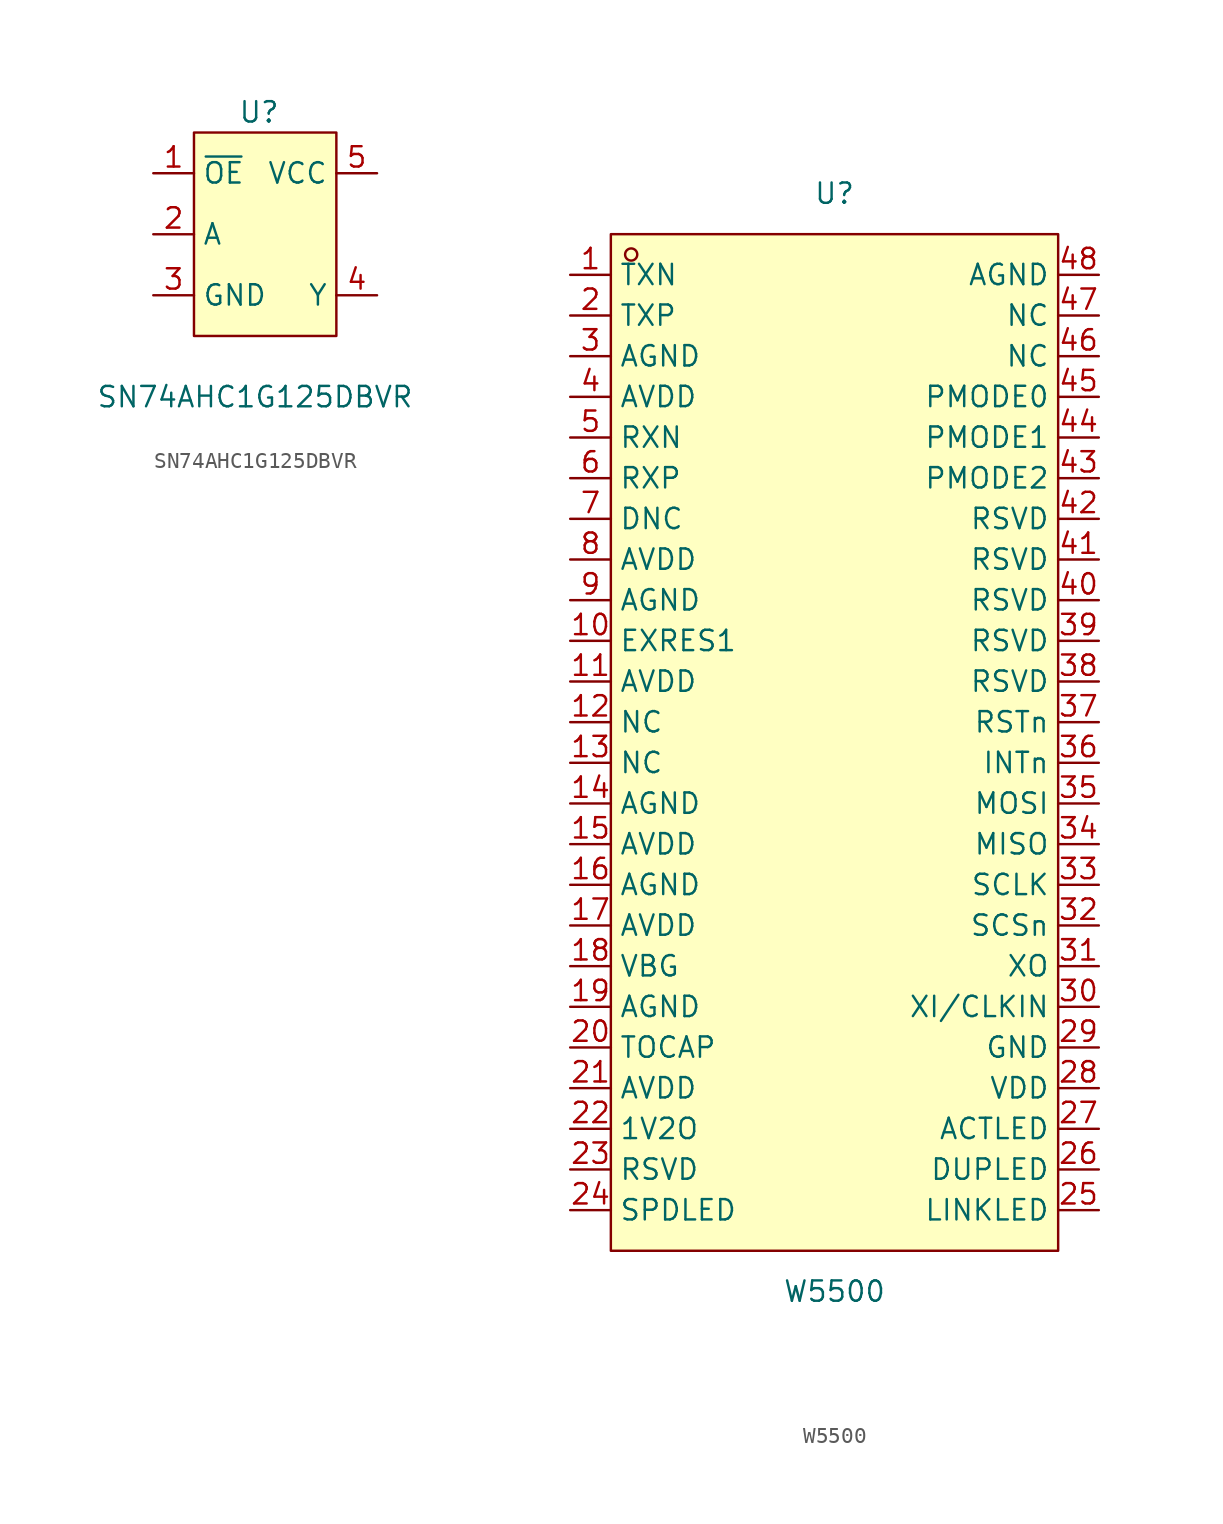
<source format=kicad_sym>
(kicad_symbol_lib
  (version 20241209)
  (generator "kicad_symbol_editor")
  (generator_version "9.0")
  (symbol "SN74AHC1G125DBVR"
    (property "Reference" "U"
      (at 0.254 7.62 0)
      (effects (font (size 1.27 1.27))))
    (property "Value" "SN74AHC1G125DBVR"
      (at 0 -10.16 0)
      (effects (font (size 1.27 1.27))))
    (symbol "SN74AHC1G125DBVR_0_1"
      (rectangle (start -3.81 6.35) (end 5.08 -6.35) (stroke (width 0) (type default)) (fill (type background)))
      (pin unspecified line (at -6.35 0 0) (length 2.54) (name "A" (effects (font (size 1.27 1.27)))) (number "2" (effects (font (size 1.27 1.27)))))
      (pin unspecified line (at -6.35 -3.81 0) (length 2.54) (name "GND" (effects (font (size 1.27 1.27)))) (number "3" (effects (font (size 1.27 1.27)))))
      (pin unspecified line (at 7.62 3.81 180) (length 2.54) (name "VCC" (effects (font (size 1.27 1.27)))) (number "5" (effects (font (size 1.27 1.27)))))
      (pin unspecified line (at 7.62 -3.81 180) (length 2.54) (name "Y" (effects (font (size 1.27 1.27)))) (number "4" (effects (font (size 1.27 1.27))))))
    (symbol "SN74AHC1G125DBVR_1_1"
      (pin unspecified line (at -6.35 3.81 0) (length 2.54) (name "~{OE}" (effects (font (size 1.27 1.27)))) (number "1" (effects (font (size 1.27 1.27)))))))
  (symbol "W5500"
    (property "Reference" "U"
      (at 0 34.29 0)
      (effects (font (size 1.27 1.27))))
    (property "Value" "W5500"
      (at 0 -34.29 0)
      (effects (font (size 1.27 1.27))))
    (symbol "W5500_0_1"
      (rectangle (start -13.97 31.75) (end 13.97 -31.75) (stroke (width 0) (type default)) (fill (type background)))
      (circle (center -12.7 30.48) (radius 0.38) (stroke (width 0) (type default)) (fill (type none)))
      (pin unspecified line (at -16.51 29.21 0) (length 2.54) (name "TXN" (effects (font (size 1.27 1.27)))) (number "1" (effects (font (size 1.27 1.27)))))
      (pin unspecified line (at -16.51 26.67 0) (length 2.54) (name "TXP" (effects (font (size 1.27 1.27)))) (number "2" (effects (font (size 1.27 1.27)))))
      (pin unspecified line (at -16.51 24.13 0) (length 2.54) (name "AGND" (effects (font (size 1.27 1.27)))) (number "3" (effects (font (size 1.27 1.27)))))
      (pin unspecified line (at -16.51 21.59 0) (length 2.54) (name "AVDD" (effects (font (size 1.27 1.27)))) (number "4" (effects (font (size 1.27 1.27)))))
      (pin unspecified line (at -16.51 19.05 0) (length 2.54) (name "RXN" (effects (font (size 1.27 1.27)))) (number "5" (effects (font (size 1.27 1.27)))))
      (pin unspecified line (at -16.51 16.51 0) (length 2.54) (name "RXP" (effects (font (size 1.27 1.27)))) (number "6" (effects (font (size 1.27 1.27)))))
      (pin unspecified line (at -16.51 13.97 0) (length 2.54) (name "DNC" (effects (font (size 1.27 1.27)))) (number "7" (effects (font (size 1.27 1.27)))))
      (pin unspecified line (at -16.51 11.43 0) (length 2.54) (name "AVDD" (effects (font (size 1.27 1.27)))) (number "8" (effects (font (size 1.27 1.27)))))
      (pin unspecified line (at -16.51 8.89 0) (length 2.54) (name "AGND" (effects (font (size 1.27 1.27)))) (number "9" (effects (font (size 1.27 1.27)))))
      (pin unspecified line (at -16.51 6.35 0) (length 2.54) (name "EXRES1" (effects (font (size 1.27 1.27)))) (number "10" (effects (font (size 1.27 1.27)))))
      (pin unspecified line (at -16.51 3.81 0) (length 2.54) (name "AVDD" (effects (font (size 1.27 1.27)))) (number "11" (effects (font (size 1.27 1.27)))))
      (pin unspecified line (at -16.51 1.27 0) (length 2.54) (name "NC" (effects (font (size 1.27 1.27)))) (number "12" (effects (font (size 1.27 1.27)))))
      (pin unspecified line (at -16.51 -1.27 0) (length 2.54) (name "NC" (effects (font (size 1.27 1.27)))) (number "13" (effects (font (size 1.27 1.27)))))
      (pin unspecified line (at -16.51 -3.81 0) (length 2.54) (name "AGND" (effects (font (size 1.27 1.27)))) (number "14" (effects (font (size 1.27 1.27)))))
      (pin unspecified line (at -16.51 -6.35 0) (length 2.54) (name "AVDD" (effects (font (size 1.27 1.27)))) (number "15" (effects (font (size 1.27 1.27)))))
      (pin unspecified line (at -16.51 -8.89 0) (length 2.54) (name "AGND" (effects (font (size 1.27 1.27)))) (number "16" (effects (font (size 1.27 1.27)))))
      (pin unspecified line (at -16.51 -11.43 0) (length 2.54) (name "AVDD" (effects (font (size 1.27 1.27)))) (number "17" (effects (font (size 1.27 1.27)))))
      (pin unspecified line (at -16.51 -13.97 0) (length 2.54) (name "VBG" (effects (font (size 1.27 1.27)))) (number "18" (effects (font (size 1.27 1.27)))))
      (pin unspecified line (at -16.51 -16.51 0) (length 2.54) (name "AGND" (effects (font (size 1.27 1.27)))) (number "19" (effects (font (size 1.27 1.27)))))
      (pin unspecified line (at -16.51 -19.05 0) (length 2.54) (name "TOCAP" (effects (font (size 1.27 1.27)))) (number "20" (effects (font (size 1.27 1.27)))))
      (pin unspecified line (at -16.51 -21.59 0) (length 2.54) (name "AVDD" (effects (font (size 1.27 1.27)))) (number "21" (effects (font (size 1.27 1.27)))))
      (pin unspecified line (at -16.51 -24.13 0) (length 2.54) (name "1V2O" (effects (font (size 1.27 1.27)))) (number "22" (effects (font (size 1.27 1.27)))))
      (pin unspecified line (at -16.51 -26.67 0) (length 2.54) (name "RSVD" (effects (font (size 1.27 1.27)))) (number "23" (effects (font (size 1.27 1.27)))))
      (pin unspecified line (at -16.51 -29.21 0) (length 2.54) (name "SPDLED" (effects (font (size 1.27 1.27)))) (number "24" (effects (font (size 1.27 1.27)))))
      (pin unspecified line (at 16.51 29.21 180) (length 2.54) (name "AGND" (effects (font (size 1.27 1.27)))) (number "48" (effects (font (size 1.27 1.27)))))
      (pin unspecified line (at 16.51 26.67 180) (length 2.54) (name "NC" (effects (font (size 1.27 1.27)))) (number "47" (effects (font (size 1.27 1.27)))))
      (pin unspecified line (at 16.51 24.13 180) (length 2.54) (name "NC" (effects (font (size 1.27 1.27)))) (number "46" (effects (font (size 1.27 1.27)))))
      (pin unspecified line (at 16.51 21.59 180) (length 2.54) (name "PMODE0" (effects (font (size 1.27 1.27)))) (number "45" (effects (font (size 1.27 1.27)))))
      (pin unspecified line (at 16.51 19.05 180) (length 2.54) (name "PMODE1" (effects (font (size 1.27 1.27)))) (number "44" (effects (font (size 1.27 1.27)))))
      (pin unspecified line (at 16.51 16.51 180) (length 2.54) (name "PMODE2" (effects (font (size 1.27 1.27)))) (number "43" (effects (font (size 1.27 1.27)))))
      (pin unspecified line (at 16.51 13.97 180) (length 2.54) (name "RSVD" (effects (font (size 1.27 1.27)))) (number "42" (effects (font (size 1.27 1.27)))))
      (pin unspecified line (at 16.51 11.43 180) (length 2.54) (name "RSVD" (effects (font (size 1.27 1.27)))) (number "41" (effects (font (size 1.27 1.27)))))
      (pin unspecified line (at 16.51 8.89 180) (length 2.54) (name "RSVD" (effects (font (size 1.27 1.27)))) (number "40" (effects (font (size 1.27 1.27)))))
      (pin unspecified line (at 16.51 6.35 180) (length 2.54) (name "RSVD" (effects (font (size 1.27 1.27)))) (number "39" (effects (font (size 1.27 1.27)))))
      (pin unspecified line (at 16.51 3.81 180) (length 2.54) (name "RSVD" (effects (font (size 1.27 1.27)))) (number "38" (effects (font (size 1.27 1.27)))))
      (pin unspecified line (at 16.51 1.27 180) (length 2.54) (name "RSTn" (effects (font (size 1.27 1.27)))) (number "37" (effects (font (size 1.27 1.27)))))
      (pin unspecified line (at 16.51 -1.27 180) (length 2.54) (name "INTn" (effects (font (size 1.27 1.27)))) (number "36" (effects (font (size 1.27 1.27)))))
      (pin unspecified line (at 16.51 -3.81 180) (length 2.54) (name "MOSI" (effects (font (size 1.27 1.27)))) (number "35" (effects (font (size 1.27 1.27)))))
      (pin unspecified line (at 16.51 -6.35 180) (length 2.54) (name "MISO" (effects (font (size 1.27 1.27)))) (number "34" (effects (font (size 1.27 1.27)))))
      (pin unspecified line (at 16.51 -8.89 180) (length 2.54) (name "SCLK" (effects (font (size 1.27 1.27)))) (number "33" (effects (font (size 1.27 1.27)))))
      (pin unspecified line (at 16.51 -11.43 180) (length 2.54) (name "SCSn" (effects (font (size 1.27 1.27)))) (number "32" (effects (font (size 1.27 1.27)))))
      (pin unspecified line (at 16.51 -13.97 180) (length 2.54) (name "XO" (effects (font (size 1.27 1.27)))) (number "31" (effects (font (size 1.27 1.27)))))
      (pin unspecified line (at 16.51 -16.51 180) (length 2.54) (name "XI/CLKIN" (effects (font (size 1.27 1.27)))) (number "30" (effects (font (size 1.27 1.27)))))
      (pin unspecified line (at 16.51 -19.05 180) (length 2.54) (name "GND" (effects (font (size 1.27 1.27)))) (number "29" (effects (font (size 1.27 1.27)))))
      (pin unspecified line (at 16.51 -21.59 180) (length 2.54) (name "VDD" (effects (font (size 1.27 1.27)))) (number "28" (effects (font (size 1.27 1.27)))))
      (pin unspecified line (at 16.51 -24.13 180) (length 2.54) (name "ACTLED" (effects (font (size 1.27 1.27)))) (number "27" (effects (font (size 1.27 1.27)))))
      (pin unspecified line (at 16.51 -26.67 180) (length 2.54) (name "DUPLED" (effects (font (size 1.27 1.27)))) (number "26" (effects (font (size 1.27 1.27)))))
      (pin unspecified line (at 16.51 -29.21 180) (length 2.54) (name "LINKLED" (effects (font (size 1.27 1.27)))) (number "25" (effects (font (size 1.27 1.27))))))))
</source>
